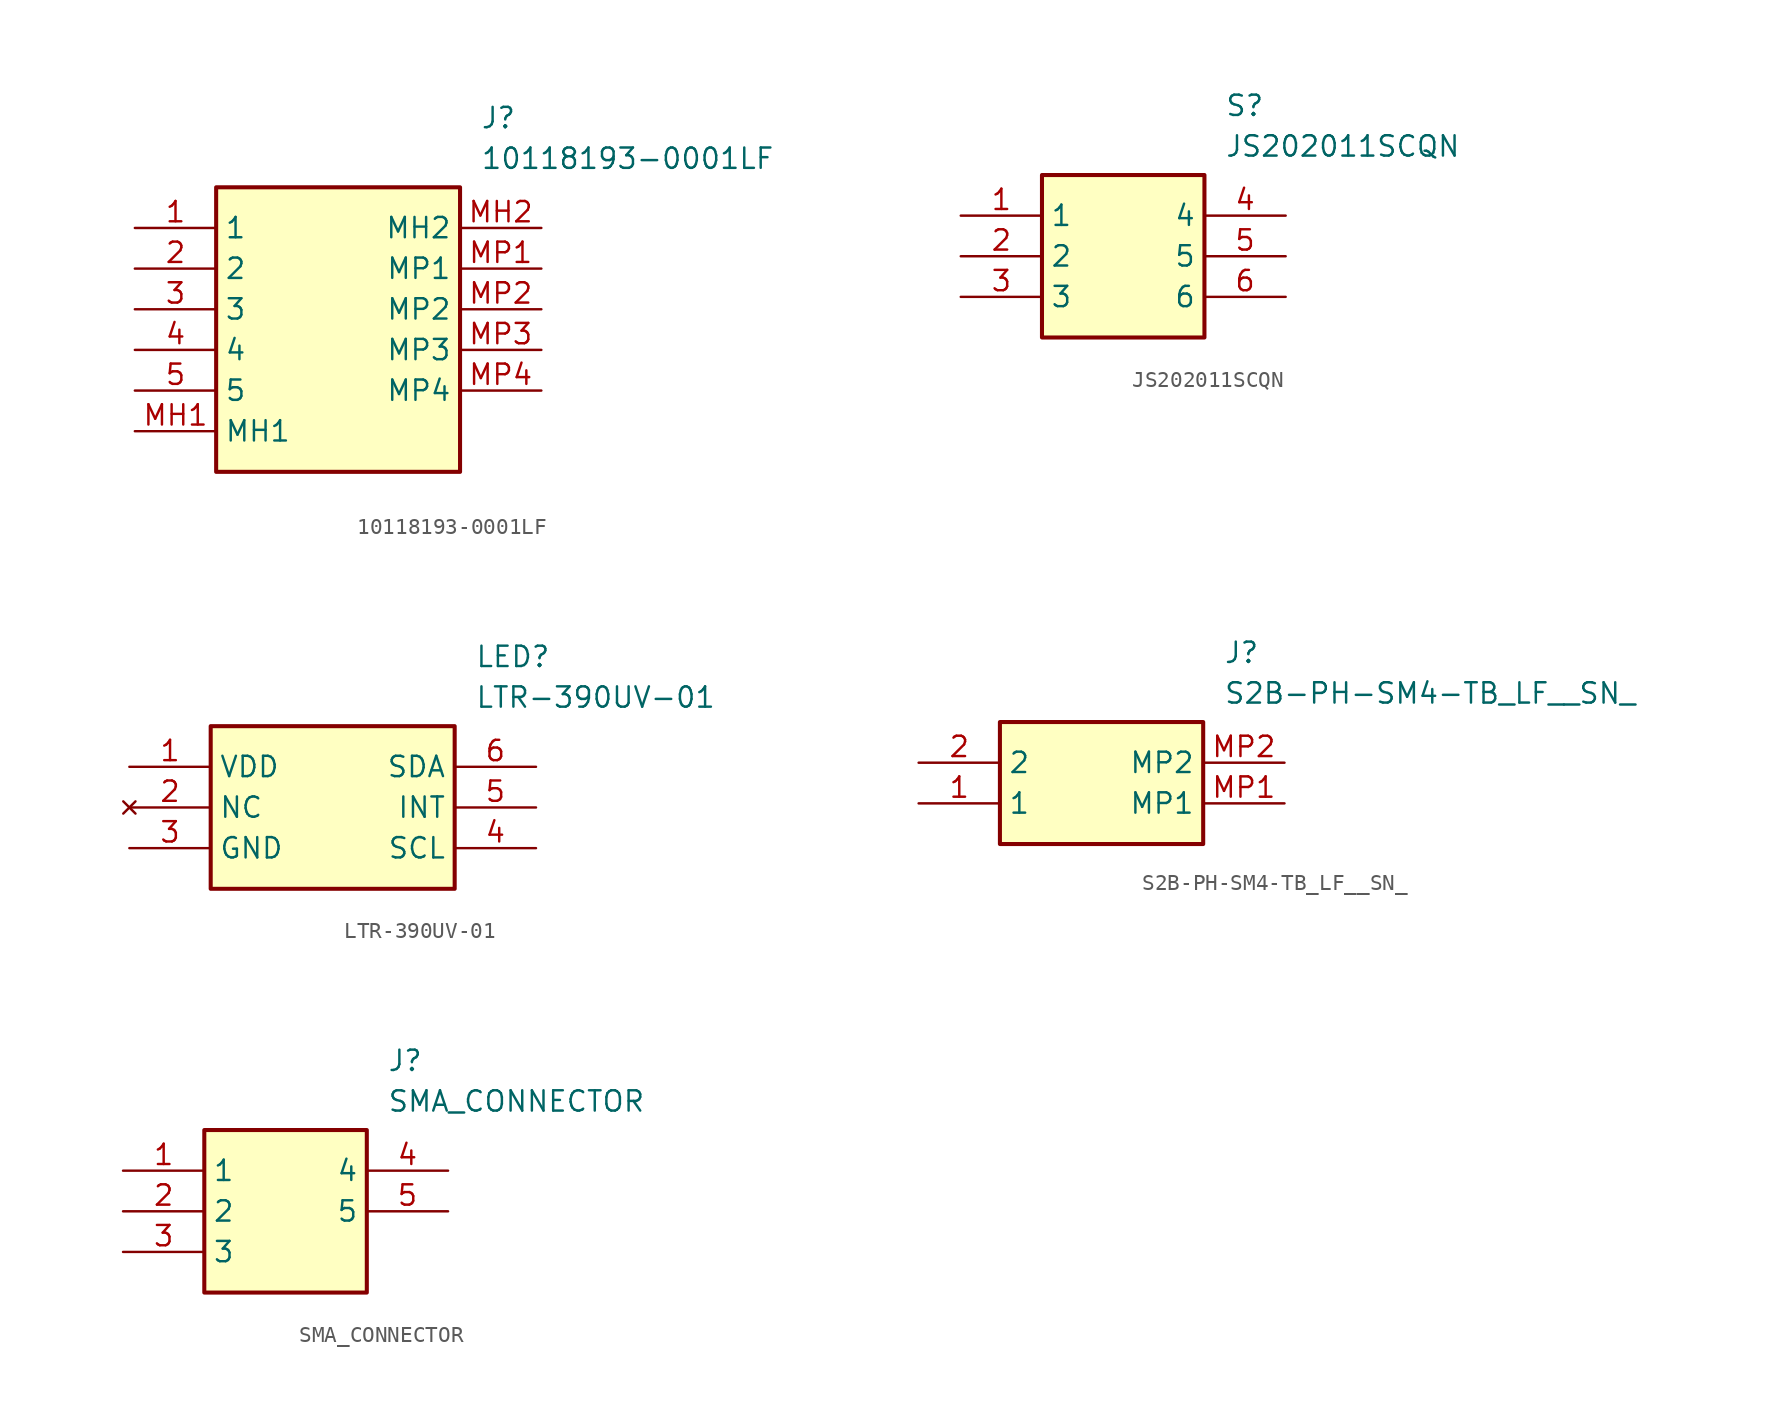
<source format=kicad_sym>
(kicad_symbol_lib
  (version 20241209)
  (generator "kicad_symbol_editor")
  (generator_version "9.0")
  (symbol "10118193-0001LF"
    (property "Reference" "J"
      (at 21.59 7.62 0)
      (effects (font (size 1.27 1.27)) (justify left top)))
    (property "Value" "10118193-0001LF"
      (at 21.59 5.08 0)
      (effects (font (size 1.27 1.27)) (justify left top)))
    (symbol "10118193-0001LF_1_1"
      (rectangle (start 5.08 2.54) (end 20.32 -15.24) (stroke (width 0.254) (type default)) (fill (type background)))
      (pin passive line (at 0 0 0) (length 5.08) (name "1" (effects (font (size 1.27 1.27)))) (number "1" (effects (font (size 1.27 1.27)))))
      (pin passive line (at 0 -2.54 0) (length 5.08) (name "2" (effects (font (size 1.27 1.27)))) (number "2" (effects (font (size 1.27 1.27)))))
      (pin passive line (at 0 -5.08 0) (length 5.08) (name "3" (effects (font (size 1.27 1.27)))) (number "3" (effects (font (size 1.27 1.27)))))
      (pin passive line (at 0 -7.62 0) (length 5.08) (name "4" (effects (font (size 1.27 1.27)))) (number "4" (effects (font (size 1.27 1.27)))))
      (pin passive line (at 0 -10.16 0) (length 5.08) (name "5" (effects (font (size 1.27 1.27)))) (number "5" (effects (font (size 1.27 1.27)))))
      (pin passive line (at 0 -12.7 0) (length 5.08) (name "MH1" (effects (font (size 1.27 1.27)))) (number "MH1" (effects (font (size 1.27 1.27)))))
      (pin passive line (at 25.4 0 180) (length 5.08) (name "MH2" (effects (font (size 1.27 1.27)))) (number "MH2" (effects (font (size 1.27 1.27)))))
      (pin passive line (at 25.4 -2.54 180) (length 5.08) (name "MP1" (effects (font (size 1.27 1.27)))) (number "MP1" (effects (font (size 1.27 1.27)))))
      (pin passive line (at 25.4 -5.08 180) (length 5.08) (name "MP2" (effects (font (size 1.27 1.27)))) (number "MP2" (effects (font (size 1.27 1.27)))))
      (pin passive line (at 25.4 -7.62 180) (length 5.08) (name "MP3" (effects (font (size 1.27 1.27)))) (number "MP3" (effects (font (size 1.27 1.27)))))
      (pin passive line (at 25.4 -10.16 180) (length 5.08) (name "MP4" (effects (font (size 1.27 1.27)))) (number "MP4" (effects (font (size 1.27 1.27)))))))
  (symbol "JS202011SCQN"
    (property "Reference" "S"
      (at 16.51 7.62 0)
      (effects (font (size 1.27 1.27)) (justify left top)))
    (property "Value" "JS202011SCQN"
      (at 16.51 5.08 0)
      (effects (font (size 1.27 1.27)) (justify left top)))
    (symbol "JS202011SCQN_1_1"
      (rectangle (start 5.08 2.54) (end 15.24 -7.62) (stroke (width 0.254) (type default)) (fill (type background)))
      (pin passive line (at 0 0 0) (length 5.08) (name "1" (effects (font (size 1.27 1.27)))) (number "1" (effects (font (size 1.27 1.27)))))
      (pin passive line (at 0 -2.54 0) (length 5.08) (name "2" (effects (font (size 1.27 1.27)))) (number "2" (effects (font (size 1.27 1.27)))))
      (pin passive line (at 0 -5.08 0) (length 5.08) (name "3" (effects (font (size 1.27 1.27)))) (number "3" (effects (font (size 1.27 1.27)))))
      (pin passive line (at 20.32 0 180) (length 5.08) (name "4" (effects (font (size 1.27 1.27)))) (number "4" (effects (font (size 1.27 1.27)))))
      (pin passive line (at 20.32 -2.54 180) (length 5.08) (name "5" (effects (font (size 1.27 1.27)))) (number "5" (effects (font (size 1.27 1.27)))))
      (pin passive line (at 20.32 -5.08 180) (length 5.08) (name "6" (effects (font (size 1.27 1.27)))) (number "6" (effects (font (size 1.27 1.27)))))))
  (symbol "LTR-390UV-01"
    (property "Reference" "LED"
      (at 21.59 7.62 0)
      (effects (font (size 1.27 1.27)) (justify left top)))
    (property "Value" "LTR-390UV-01"
      (at 21.59 5.08 0)
      (effects (font (size 1.27 1.27)) (justify left top)))
    (symbol "LTR-390UV-01_1_1"
      (rectangle (start 5.08 2.54) (end 20.32 -7.62) (stroke (width 0.254) (type default)) (fill (type background)))
      (pin passive line (at 0 0 0) (length 5.08) (name "VDD" (effects (font (size 1.27 1.27)))) (number "1" (effects (font (size 1.27 1.27)))))
      (pin no_connect line (at 0 -2.54 0) (length 5.08) (name "NC" (effects (font (size 1.27 1.27)))) (number "2" (effects (font (size 1.27 1.27)))))
      (pin passive line (at 0 -5.08 0) (length 5.08) (name "GND" (effects (font (size 1.27 1.27)))) (number "3" (effects (font (size 1.27 1.27)))))
      (pin passive line (at 25.4 0 180) (length 5.08) (name "SDA" (effects (font (size 1.27 1.27)))) (number "6" (effects (font (size 1.27 1.27)))))
      (pin passive line (at 25.4 -2.54 180) (length 5.08) (name "INT" (effects (font (size 1.27 1.27)))) (number "5" (effects (font (size 1.27 1.27)))))
      (pin passive line (at 25.4 -5.08 180) (length 5.08) (name "SCL" (effects (font (size 1.27 1.27)))) (number "4" (effects (font (size 1.27 1.27)))))))
  (symbol "S2B-PH-SM4-TB_LF__SN_"
    (property "Reference" "J"
      (at 19.05 7.62 0)
      (effects (font (size 1.27 1.27)) (justify left top)))
    (property "Value" "S2B-PH-SM4-TB_LF__SN_"
      (at 19.05 5.08 0)
      (effects (font (size 1.27 1.27)) (justify left top)))
    (symbol "S2B-PH-SM4-TB_LF__SN__1_1"
      (rectangle (start 5.08 2.54) (end 17.78 -5.08) (stroke (width 0.254) (type default)) (fill (type background)))
      (pin passive line (at 0 0 0) (length 5.08) (name "2" (effects (font (size 1.27 1.27)))) (number "2" (effects (font (size 1.27 1.27)))))
      (pin passive line (at 0 -2.54 0) (length 5.08) (name "1" (effects (font (size 1.27 1.27)))) (number "1" (effects (font (size 1.27 1.27)))))
      (pin passive line (at 22.86 0 180) (length 5.08) (name "MP2" (effects (font (size 1.27 1.27)))) (number "MP2" (effects (font (size 1.27 1.27)))))
      (pin passive line (at 22.86 -2.54 180) (length 5.08) (name "MP1" (effects (font (size 1.27 1.27)))) (number "MP1" (effects (font (size 1.27 1.27)))))))
  (symbol "SMA_CONNECTOR"
    (property "Reference" "J"
      (at 16.51 7.62 0)
      (effects (font (size 1.27 1.27)) (justify left top)))
    (property "Value" "SMA_CONNECTOR"
      (at 16.51 5.08 0)
      (effects (font (size 1.27 1.27)) (justify left top)))
    (rectangle
      (start 5.08 2.54)
      (end 15.24 -7.62)
      (stroke (width 0.254) (type default))
      (fill (type background)))
    (pin passive line
      (at 0 0 0)
      (length 5.08)
      (name "1" (effects (font (size 1.27 1.27))))
      (number "1" (effects (font (size 1.27 1.27)))))
    (pin passive line
      (at 0 -2.54 0)
      (length 5.08)
      (name "2" (effects (font (size 1.27 1.27))))
      (number "2" (effects (font (size 1.27 1.27)))))
    (pin passive line
      (at 0 -5.08 0)
      (length 5.08)
      (name "3" (effects (font (size 1.27 1.27))))
      (number "3" (effects (font (size 1.27 1.27)))))
    (pin passive line
      (at 20.32 0 180)
      (length 5.08)
      (name "4" (effects (font (size 1.27 1.27))))
      (number "4" (effects (font (size 1.27 1.27)))))
    (pin passive line
      (at 20.32 -2.54 180)
      (length 5.08)
      (name "5" (effects (font (size 1.27 1.27))))
      (number "5" (effects (font (size 1.27 1.27)))))))
</source>
